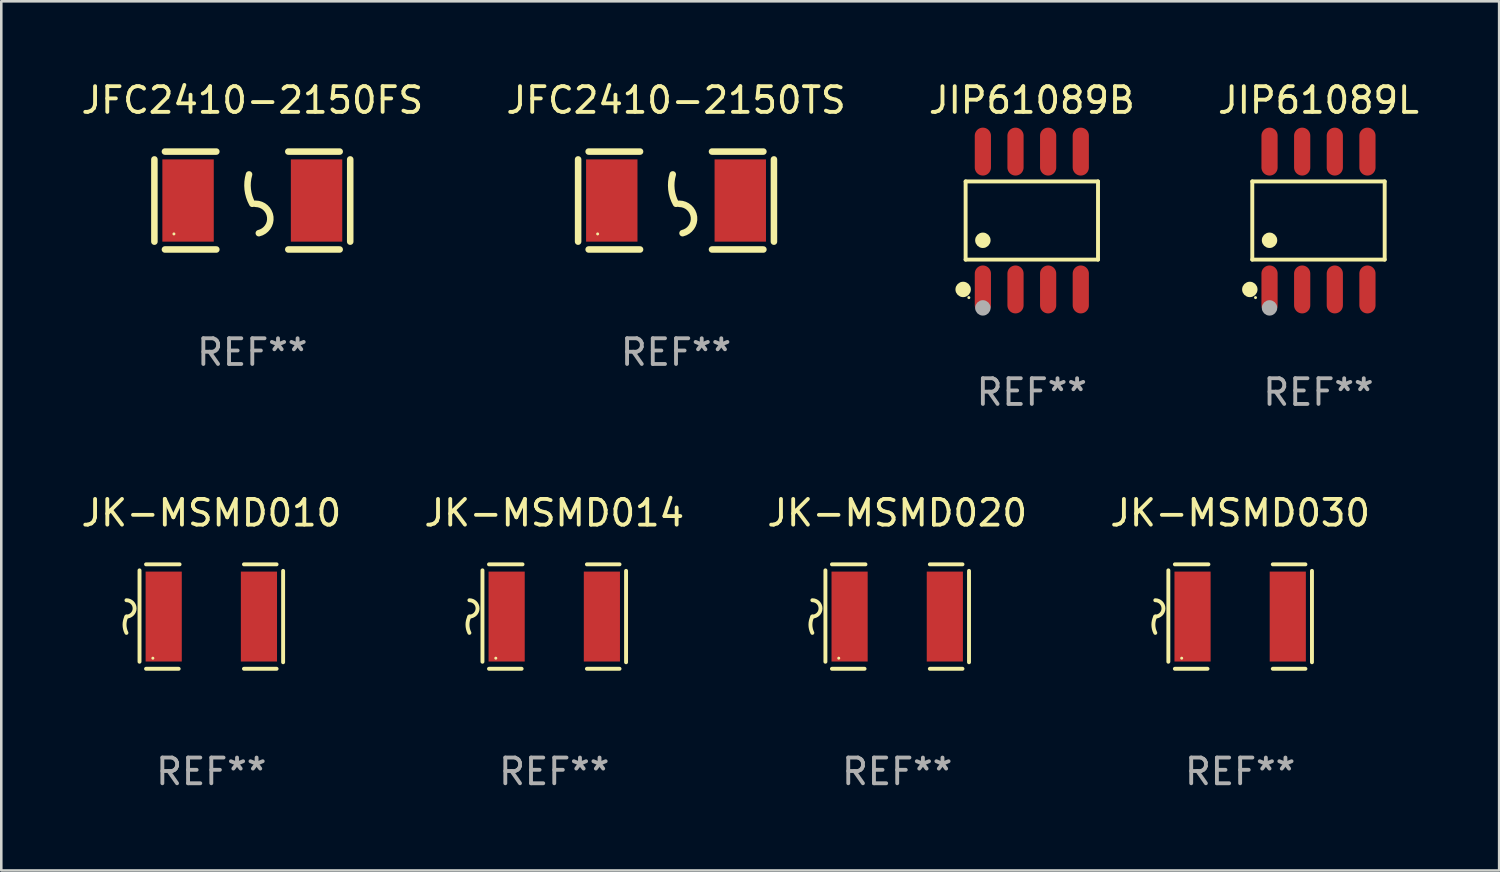
<source format=kicad_pcb>
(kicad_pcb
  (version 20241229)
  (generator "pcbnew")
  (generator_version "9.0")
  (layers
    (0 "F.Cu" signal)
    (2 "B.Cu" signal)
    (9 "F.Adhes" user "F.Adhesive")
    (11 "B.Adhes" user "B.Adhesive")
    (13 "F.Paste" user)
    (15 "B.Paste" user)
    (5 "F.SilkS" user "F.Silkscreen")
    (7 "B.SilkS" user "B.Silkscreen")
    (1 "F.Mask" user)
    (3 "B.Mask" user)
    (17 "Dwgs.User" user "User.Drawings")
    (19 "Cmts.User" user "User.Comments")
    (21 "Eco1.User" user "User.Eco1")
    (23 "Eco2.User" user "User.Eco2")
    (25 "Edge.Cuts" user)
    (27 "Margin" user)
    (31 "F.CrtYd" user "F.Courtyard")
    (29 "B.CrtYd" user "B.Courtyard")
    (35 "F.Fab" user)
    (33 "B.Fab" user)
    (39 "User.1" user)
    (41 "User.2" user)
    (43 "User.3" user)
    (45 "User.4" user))
  (footprint "JK-MSMD030"
    (layer "F.Cu")
    (at 45.208 20.942)
    (property "Reference" "JK-MSMD030" (at 0 -4.032 0) (layer "F.SilkS") (effects (font (size 1 1) (thickness 0.15))))
    (attr through_hole)
    (fp_line (start -2.794 -1.798) (end -2.794 1.758) (stroke (width 0.152) (type solid)) (layer "F.SilkS"))
    (fp_line (start -2.54 -2.032) (end -1.235 -2.032) (stroke (width 0.152) (type solid)) (layer "F.SilkS"))
    (fp_line (start -1.27 2.032) (end -2.54 2.032) (stroke (width 0.152) (type solid)) (layer "F.SilkS"))
    (fp_line (start 1.27 2.032) (end 2.54 2.032) (stroke (width 0.152) (type solid)) (layer "F.SilkS"))
    (fp_line (start 2.54 -2.032) (end 1.27 -2.032) (stroke (width 0.152) (type solid)) (layer "F.SilkS"))
    (fp_line (start 2.794 -1.778) (end 2.794 1.778) (stroke (width 0.152) (type solid)) (layer "F.SilkS"))
    (fp_arc (start -3.302007 -0.635002) (mid -2.984506 -0.317501) (end -3.302007 0) (stroke (width 0.151994) (type solid)) (layer "F.SilkS"))
    (fp_arc (start -3.302007 0.635002) (mid -3.376959 0.317501) (end -3.302007 0) (stroke (width 0.151994) (type solid)) (layer "F.SilkS"))
    (fp_circle (center -2.275 1.62) (end -2.245 1.62) (stroke (width 0.06) (type solid)) (fill no) (layer "F.SilkS"))
    (fp_text user "REF**" (at 0 6.032 0) (layer "F.Fab") (effects (font (size 1 1) (thickness 0.15))))
    (pad "1" smd rect (at -1.853 0) (size 1.407 3.499) (layers "F.Cu" "F.Mask" "F.Paste"))
    (pad "2" smd rect (at 1.853 0) (size 1.407 3.499) (layers "F.Cu" "F.Mask" "F.Paste")))
  (footprint "JIP61089L"
    (layer "F.Cu")
    (at 48.256 5.531)
    (property "Reference" "JIP61089L" (at 0 -4.682 0) (layer "F.SilkS") (effects (font (size 1 1) (thickness 0.15))))
    (attr through_hole)
    (fp_line (start -2.576 -1.521) (end 2.576 -1.521) (stroke (width 0.152) (type solid)) (layer "F.SilkS"))
    (fp_line (start -2.576 1.521) (end -2.576 -1.521) (stroke (width 0.152) (type solid)) (layer "F.SilkS"))
    (fp_line (start 2.576 -1.521) (end 2.576 1.521) (stroke (width 0.152) (type solid)) (layer "F.SilkS"))
    (fp_line (start 2.576 1.521) (end -2.576 1.521) (stroke (width 0.152) (type solid)) (layer "F.SilkS"))
    (fp_circle (center -2.672 2.682) (end -2.522 2.682) (stroke (width 0.3) (type solid)) (fill no) (layer "F.SilkS"))
    (fp_circle (center -2.45 3) (end -2.42 3) (stroke (width 0.06) (type solid)) (fill no) (layer "F.SilkS"))
    (fp_circle (center -1.905 0.769) (end -1.755 0.769) (stroke (width 0.3) (type solid)) (fill no) (layer "F.SilkS"))
    (fp_circle (center -1.905 3.4) (end -1.755 3.4) (stroke (width 0.3) (type solid)) (fill no) (layer "F.Fab"))
    (fp_text user "REF**" (at 0 6.682 0) (layer "F.Fab") (effects (font (size 1 1) (thickness 0.15))))
    (pad "1" smd oval (at -1.905 2.682) (size 0.63 1.865) (layers "F.Cu" "F.Mask" "F.Paste"))
    (pad "2" smd oval (at -0.635 2.682) (size 0.63 1.865) (layers "F.Cu" "F.Mask" "F.Paste"))
    (pad "3" smd oval (at 0.635 2.682) (size 0.63 1.865) (layers "F.Cu" "F.Mask" "F.Paste"))
    (pad "4" smd oval (at 1.905 2.682) (size 0.63 1.865) (layers "F.Cu" "F.Mask" "F.Paste"))
    (pad "5" smd oval (at 1.905 -2.682) (size 0.63 1.865) (layers "F.Cu" "F.Mask" "F.Paste"))
    (pad "6" smd oval (at 0.635 -2.682) (size 0.63 1.865) (layers "F.Cu" "F.Mask" "F.Paste"))
    (pad "7" smd oval (at -0.635 -2.682) (size 0.63 1.865) (layers "F.Cu" "F.Mask" "F.Paste"))
    (pad "8" smd oval (at -1.905 -2.682) (size 0.63 1.865) (layers "F.Cu" "F.Mask" "F.Paste")))
  (footprint "JIP61089B"
    (layer "F.Cu")
    (at 37.101 5.531)
    (property "Reference" "JIP61089B" (at 0 -4.682 0) (layer "F.SilkS") (effects (font (size 1 1) (thickness 0.15))))
    (attr through_hole)
    (fp_line (start -2.576 -1.521) (end 2.576 -1.521) (stroke (width 0.152) (type solid)) (layer "F.SilkS"))
    (fp_line (start -2.576 1.521) (end -2.576 -1.521) (stroke (width 0.152) (type solid)) (layer "F.SilkS"))
    (fp_line (start 2.576 -1.521) (end 2.576 1.521) (stroke (width 0.152) (type solid)) (layer "F.SilkS"))
    (fp_line (start 2.576 1.521) (end -2.576 1.521) (stroke (width 0.152) (type solid)) (layer "F.SilkS"))
    (fp_circle (center -2.672 2.682) (end -2.522 2.682) (stroke (width 0.3) (type solid)) (fill no) (layer "F.SilkS"))
    (fp_circle (center -2.45 3) (end -2.42 3) (stroke (width 0.06) (type solid)) (fill no) (layer "F.SilkS"))
    (fp_circle (center -1.905 0.769) (end -1.755 0.769) (stroke (width 0.3) (type solid)) (fill no) (layer "F.SilkS"))
    (fp_circle (center -1.905 3.4) (end -1.755 3.4) (stroke (width 0.3) (type solid)) (fill no) (layer "F.Fab"))
    (fp_text user "REF**" (at 0 6.682 0) (layer "F.Fab") (effects (font (size 1 1) (thickness 0.15))))
    (pad "1" smd oval (at -1.905 2.682) (size 0.63 1.865) (layers "F.Cu" "F.Mask" "F.Paste"))
    (pad "2" smd oval (at -0.635 2.682) (size 0.63 1.865) (layers "F.Cu" "F.Mask" "F.Paste"))
    (pad "3" smd oval (at 0.635 2.682) (size 0.63 1.865) (layers "F.Cu" "F.Mask" "F.Paste"))
    (pad "4" smd oval (at 1.905 2.682) (size 0.63 1.865) (layers "F.Cu" "F.Mask" "F.Paste"))
    (pad "5" smd oval (at 1.905 -2.682) (size 0.63 1.865) (layers "F.Cu" "F.Mask" "F.Paste"))
    (pad "6" smd oval (at 0.635 -2.682) (size 0.63 1.865) (layers "F.Cu" "F.Mask" "F.Paste"))
    (pad "7" smd oval (at -0.635 -2.682) (size 0.63 1.865) (layers "F.Cu" "F.Mask" "F.Paste"))
    (pad "8" smd oval (at -1.905 -2.682) (size 0.63 1.865) (layers "F.Cu" "F.Mask" "F.Paste")))
  (footprint "JK-MSMD010"
    (layer "F.Cu")
    (at 5.173 20.942)
    (property "Reference" "JK-MSMD010" (at 0 -4.032 0) (layer "F.SilkS") (effects (font (size 1 1) (thickness 0.15))))
    (attr through_hole)
    (fp_line (start -2.794 -1.798) (end -2.794 1.758) (stroke (width 0.152) (type solid)) (layer "F.SilkS"))
    (fp_line (start -2.54 -2.032) (end -1.235 -2.032) (stroke (width 0.152) (type solid)) (layer "F.SilkS"))
    (fp_line (start -1.27 2.032) (end -2.54 2.032) (stroke (width 0.152) (type solid)) (layer "F.SilkS"))
    (fp_line (start 1.27 2.032) (end 2.54 2.032) (stroke (width 0.152) (type solid)) (layer "F.SilkS"))
    (fp_line (start 2.54 -2.032) (end 1.27 -2.032) (stroke (width 0.152) (type solid)) (layer "F.SilkS"))
    (fp_line (start 2.794 -1.778) (end 2.794 1.778) (stroke (width 0.152) (type solid)) (layer "F.SilkS"))
    (fp_arc (start -3.302007 -0.635002) (mid -2.984506 -0.317501) (end -3.302007 0) (stroke (width 0.151994) (type solid)) (layer "F.SilkS"))
    (fp_arc (start -3.302007 0.635002) (mid -3.376959 0.317501) (end -3.302007 0) (stroke (width 0.151994) (type solid)) (layer "F.SilkS"))
    (fp_circle (center -2.275 1.62) (end -2.245 1.62) (stroke (width 0.06) (type solid)) (fill no) (layer "F.SilkS"))
    (fp_text user "REF**" (at 0 6.032 0) (layer "F.Fab") (effects (font (size 1 1) (thickness 0.15))))
    (pad "1" smd rect (at -1.853 0) (size 1.407 3.499) (layers "F.Cu" "F.Mask" "F.Paste"))
    (pad "2" smd rect (at 1.853 0) (size 1.407 3.499) (layers "F.Cu" "F.Mask" "F.Paste")))
  (footprint "JFC2410-2150FS"
    (layer "F.Cu")
    (at 6.768 4.753)
    (property "Reference" "JFC2410-2150FS" (at 0 -3.905 0) (layer "F.SilkS") (effects (font (size 1 1) (thickness 0.15))))
    (attr through_hole)
    (fp_line (start -3.81 -1.6) (end -3.81 1.6) (stroke (width 0.254) (type solid)) (layer "F.SilkS"))
    (fp_line (start -3.4 -1.905) (end -1.4 -1.905) (stroke (width 0.254) (type solid)) (layer "F.SilkS"))
    (fp_line (start -3.4 1.905) (end -1.4 1.905) (stroke (width 0.254) (type solid)) (layer "F.SilkS"))
    (fp_line (start 1.4 -1.905) (end 3.4 -1.905) (stroke (width 0.254) (type solid)) (layer "F.SilkS"))
    (fp_line (start 1.4 1.905) (end 3.4 1.905) (stroke (width 0.254) (type solid)) (layer "F.SilkS"))
    (fp_line (start 3.81 -1.6) (end 3.81 1.6) (stroke (width 0.254) (type solid)) (layer "F.SilkS"))
    (fp_arc (start 0 0.127) (mid -0.178599 -0.431712) (end -0.127 -1.016002) (stroke (width 0.254001) (type solid)) (layer "F.SilkS"))
    (fp_arc (start 0.126999 0.127) (mid 0.698883 0.642014) (end 0.254001 1.270003) (stroke (width 0.254001) (type solid)) (layer "F.SilkS"))
    (fp_circle (center -3.05 1.3) (end -3.02 1.3) (stroke (width 0.06) (type solid)) (fill no) (layer "F.SilkS"))
    (fp_text user "REF**" (at 0 5.905 0) (layer "F.Fab") (effects (font (size 1 1) (thickness 0.15))))
    (pad "1" smd rect (at -2.5 0) (size 2 3.2) (layers "F.Cu" "F.Mask" "F.Paste"))
    (pad "2" smd rect (at 2.5 0) (size 2 3.2) (layers "F.Cu" "F.Mask" "F.Paste")))
  (footprint "JK-MSMD014"
    (layer "F.Cu")
    (at 18.518 20.942)
    (property "Reference" "JK-MSMD014" (at 0 -4.032 0) (layer "F.SilkS") (effects (font (size 1 1) (thickness 0.15))))
    (attr through_hole)
    (fp_line (start -2.794 -1.798) (end -2.794 1.758) (stroke (width 0.152) (type solid)) (layer "F.SilkS"))
    (fp_line (start -2.54 -2.032) (end -1.235 -2.032) (stroke (width 0.152) (type solid)) (layer "F.SilkS"))
    (fp_line (start -1.27 2.032) (end -2.54 2.032) (stroke (width 0.152) (type solid)) (layer "F.SilkS"))
    (fp_line (start 1.27 2.032) (end 2.54 2.032) (stroke (width 0.152) (type solid)) (layer "F.SilkS"))
    (fp_line (start 2.54 -2.032) (end 1.27 -2.032) (stroke (width 0.152) (type solid)) (layer "F.SilkS"))
    (fp_line (start 2.794 -1.778) (end 2.794 1.778) (stroke (width 0.152) (type solid)) (layer "F.SilkS"))
    (fp_arc (start -3.302007 -0.635002) (mid -2.984506 -0.317501) (end -3.302007 0) (stroke (width 0.151994) (type solid)) (layer "F.SilkS"))
    (fp_arc (start -3.302007 0.635002) (mid -3.376959 0.317501) (end -3.302007 0) (stroke (width 0.151994) (type solid)) (layer "F.SilkS"))
    (fp_circle (center -2.275 1.62) (end -2.245 1.62) (stroke (width 0.06) (type solid)) (fill no) (layer "F.SilkS"))
    (fp_text user "REF**" (at 0 6.032 0) (layer "F.Fab") (effects (font (size 1 1) (thickness 0.15))))
    (pad "1" smd rect (at -1.853 0) (size 1.407 3.499) (layers "F.Cu" "F.Mask" "F.Paste"))
    (pad "2" smd rect (at 1.853 0) (size 1.407 3.499) (layers "F.Cu" "F.Mask" "F.Paste")))
  (footprint "JFC2410-2150TS"
    (layer "F.Cu")
    (at 23.256 4.753)
    (property "Reference" "JFC2410-2150TS" (at 0 -3.905 0) (layer "F.SilkS") (effects (font (size 1 1) (thickness 0.15))))
    (attr through_hole)
    (fp_line (start -3.81 -1.6) (end -3.81 1.6) (stroke (width 0.254) (type solid)) (layer "F.SilkS"))
    (fp_line (start -3.4 -1.905) (end -1.4 -1.905) (stroke (width 0.254) (type solid)) (layer "F.SilkS"))
    (fp_line (start -3.4 1.905) (end -1.4 1.905) (stroke (width 0.254) (type solid)) (layer "F.SilkS"))
    (fp_line (start 1.4 -1.905) (end 3.4 -1.905) (stroke (width 0.254) (type solid)) (layer "F.SilkS"))
    (fp_line (start 1.4 1.905) (end 3.4 1.905) (stroke (width 0.254) (type solid)) (layer "F.SilkS"))
    (fp_line (start 3.81 -1.6) (end 3.81 1.6) (stroke (width 0.254) (type solid)) (layer "F.SilkS"))
    (fp_arc (start 0 0.127) (mid -0.178599 -0.431712) (end -0.127 -1.016002) (stroke (width 0.254001) (type solid)) (layer "F.SilkS"))
    (fp_arc (start 0.126999 0.127) (mid 0.698883 0.642014) (end 0.254001 1.270003) (stroke (width 0.254001) (type solid)) (layer "F.SilkS"))
    (fp_circle (center -3.05 1.3) (end -3.02 1.3) (stroke (width 0.06) (type solid)) (fill no) (layer "F.SilkS"))
    (fp_text user "REF**" (at 0 5.905 0) (layer "F.Fab") (effects (font (size 1 1) (thickness 0.15))))
    (pad "1" smd rect (at -2.5 0) (size 2 3.2) (layers "F.Cu" "F.Mask" "F.Paste"))
    (pad "2" smd rect (at 2.5 0) (size 2 3.2) (layers "F.Cu" "F.Mask" "F.Paste")))
  (footprint "JK-MSMD020"
    (layer "F.Cu")
    (at 31.863 20.942)
    (property "Reference" "JK-MSMD020" (at 0 -4.032 0) (layer "F.SilkS") (effects (font (size 1 1) (thickness 0.15))))
    (attr through_hole)
    (fp_line (start -2.794 -1.798) (end -2.794 1.758) (stroke (width 0.152) (type solid)) (layer "F.SilkS"))
    (fp_line (start -2.54 -2.032) (end -1.235 -2.032) (stroke (width 0.152) (type solid)) (layer "F.SilkS"))
    (fp_line (start -1.27 2.032) (end -2.54 2.032) (stroke (width 0.152) (type solid)) (layer "F.SilkS"))
    (fp_line (start 1.27 2.032) (end 2.54 2.032) (stroke (width 0.152) (type solid)) (layer "F.SilkS"))
    (fp_line (start 2.54 -2.032) (end 1.27 -2.032) (stroke (width 0.152) (type solid)) (layer "F.SilkS"))
    (fp_line (start 2.794 -1.778) (end 2.794 1.778) (stroke (width 0.152) (type solid)) (layer "F.SilkS"))
    (fp_arc (start -3.302007 -0.635002) (mid -2.984506 -0.317501) (end -3.302007 0) (stroke (width 0.151994) (type solid)) (layer "F.SilkS"))
    (fp_arc (start -3.302007 0.635002) (mid -3.376959 0.317501) (end -3.302007 0) (stroke (width 0.151994) (type solid)) (layer "F.SilkS"))
    (fp_circle (center -2.275 1.62) (end -2.245 1.62) (stroke (width 0.06) (type solid)) (fill no) (layer "F.SilkS"))
    (fp_text user "REF**" (at 0 6.032 0) (layer "F.Fab") (effects (font (size 1 1) (thickness 0.15))))
    (pad "1" smd rect (at -1.853 0) (size 1.407 3.499) (layers "F.Cu" "F.Mask" "F.Paste"))
    (pad "2" smd rect (at 1.853 0) (size 1.407 3.499) (layers "F.Cu" "F.Mask" "F.Paste")))
  (gr_rect
    (start -3 -3)
    (end 55.286 30.822)
    (stroke (width 0.1) (type default))
    (fill no)
    (layer "Edge.Cuts")))
</source>
